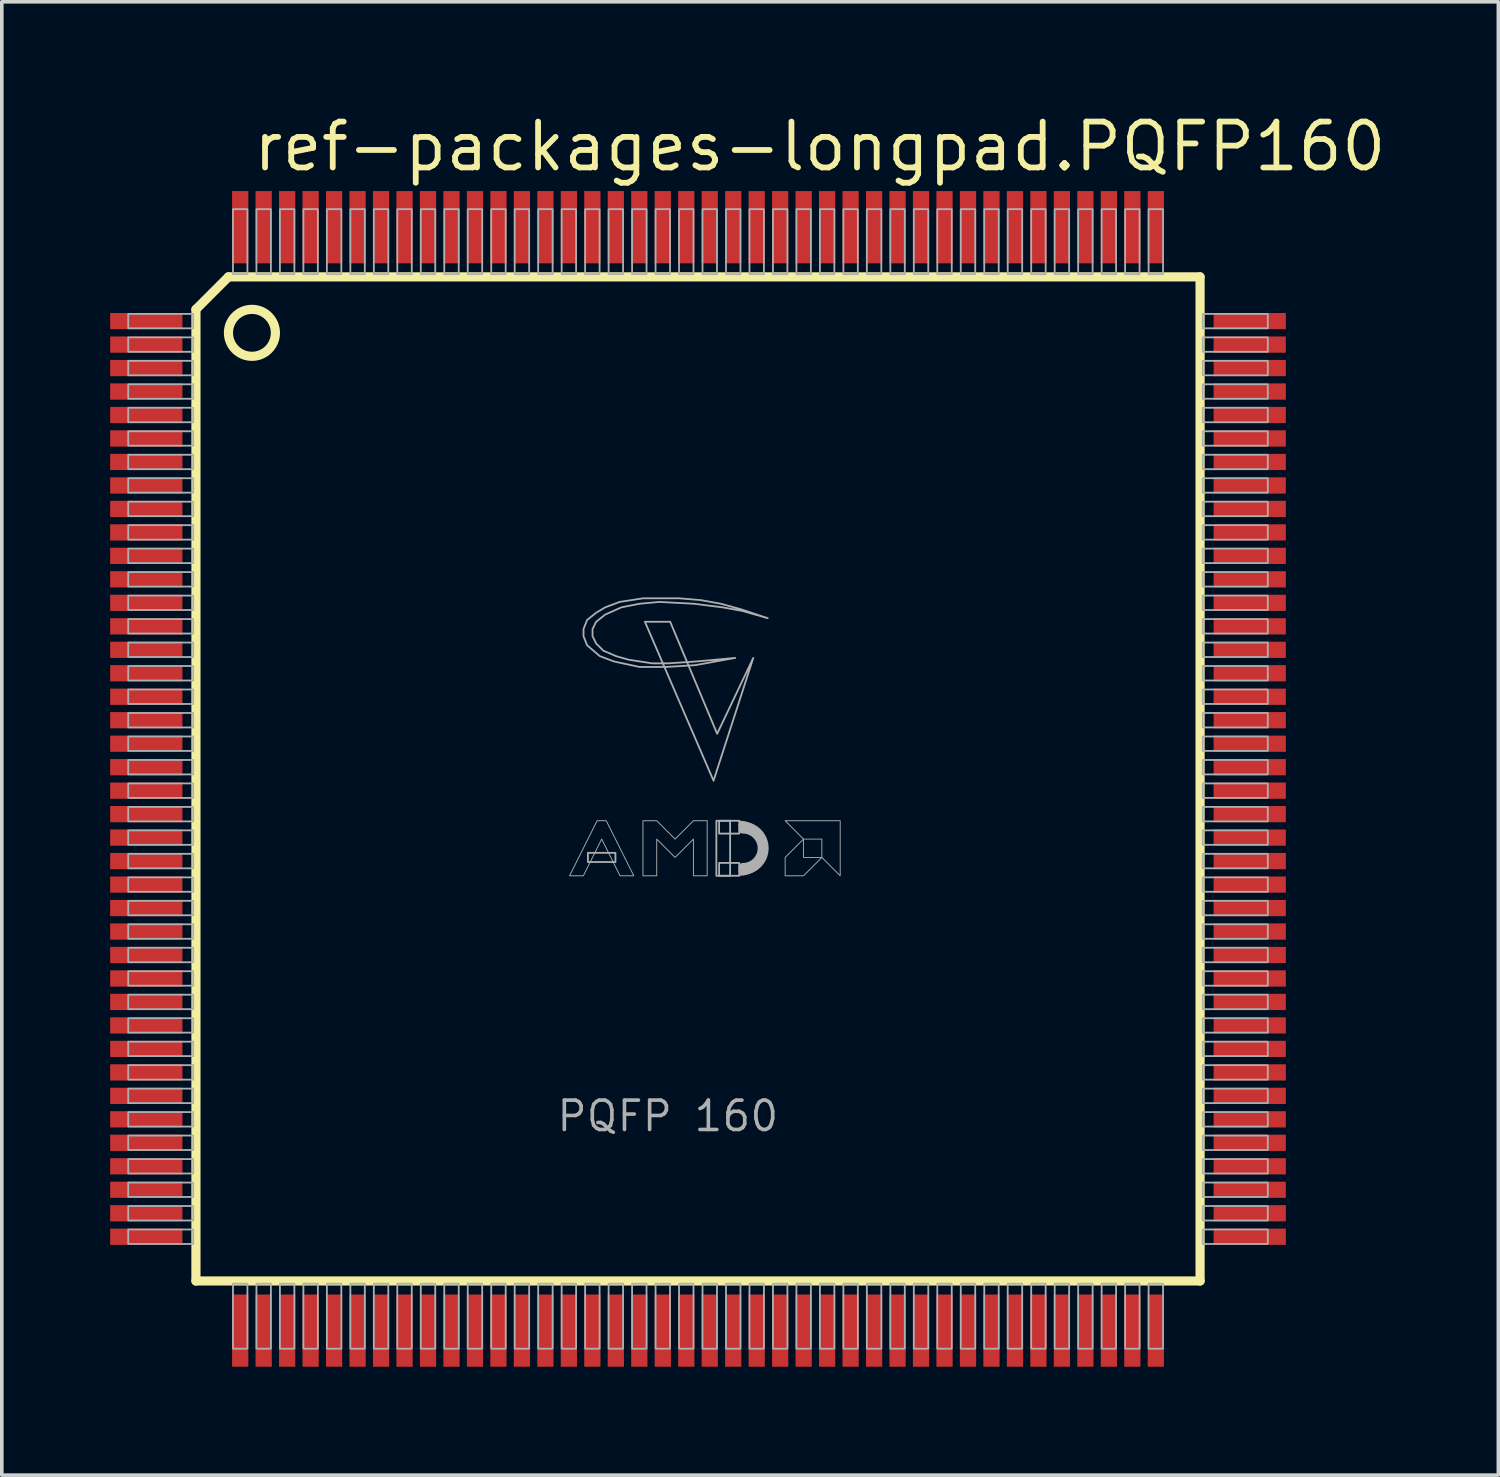
<source format=kicad_pcb>
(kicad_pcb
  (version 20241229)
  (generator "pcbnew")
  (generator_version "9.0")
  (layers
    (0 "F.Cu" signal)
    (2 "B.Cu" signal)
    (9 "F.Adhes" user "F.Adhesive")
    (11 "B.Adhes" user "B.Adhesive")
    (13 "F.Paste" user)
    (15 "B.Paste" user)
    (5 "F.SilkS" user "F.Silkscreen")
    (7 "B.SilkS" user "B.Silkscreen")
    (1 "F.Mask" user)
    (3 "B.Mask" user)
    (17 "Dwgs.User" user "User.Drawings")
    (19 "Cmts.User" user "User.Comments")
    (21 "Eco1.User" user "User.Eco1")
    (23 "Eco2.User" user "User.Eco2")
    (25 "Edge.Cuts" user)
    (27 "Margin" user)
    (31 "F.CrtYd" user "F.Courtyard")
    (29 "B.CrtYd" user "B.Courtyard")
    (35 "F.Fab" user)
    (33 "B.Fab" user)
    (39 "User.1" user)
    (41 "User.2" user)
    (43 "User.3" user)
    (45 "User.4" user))
  (footprint "ref-packages-longpad.PQFP160"
    (layer "F.Cu")
    (at 16.275 18.515)
    (property "Reference" "ref-packages-longpad.PQFP160" (at -12.395 -16.765 0) (layer "F.SilkS") (effects (font (size 1.27 1.27) (thickness 0.16)) (justify left bottom)))
    (attr smd)
    (fp_line (start -13.9 -13) (end -13 -13.9) (stroke (width 0.254) (type default)) (layer "F.SilkS"))
    (fp_line (start -13.9 13.9) (end -13.9 -13) (stroke (width 0.254) (type default)) (layer "F.SilkS"))
    (fp_line (start -13 -13.9) (end 13.9 -13.9) (stroke (width 0.254) (type default)) (layer "F.SilkS"))
    (fp_line (start 13.9 -13.9) (end 13.9 13.9) (stroke (width 0.254) (type default)) (layer "F.SilkS"))
    (fp_line (start 13.9 13.9) (end -13.9 13.9) (stroke (width 0.254) (type default)) (layer "F.SilkS"))
    (fp_circle (center -12.35 -12.35) (end -11.7 -12.35) (stroke (width 0.254) (type default)) (fill no) (layer "F.SilkS"))
    (fp_rect (start -15.775 -12.475) (end -13.975 -12.875) (stroke (width 0.05) (type default)) (fill no) (layer "F.Fab"))
    (fp_rect (start -15.775 -11.825) (end -13.975 -12.225) (stroke (width 0.05) (type default)) (fill no) (layer "F.Fab"))
    (fp_rect (start -15.775 -11.175) (end -13.975 -11.575) (stroke (width 0.05) (type default)) (fill no) (layer "F.Fab"))
    (fp_rect (start -15.775 -10.525) (end -13.975 -10.925) (stroke (width 0.05) (type default)) (fill no) (layer "F.Fab"))
    (fp_rect (start -15.775 -9.875) (end -13.975 -10.275) (stroke (width 0.05) (type default)) (fill no) (layer "F.Fab"))
    (fp_rect (start -15.775 -9.225) (end -13.975 -9.625) (stroke (width 0.05) (type default)) (fill no) (layer "F.Fab"))
    (fp_rect (start -15.775 -8.575) (end -13.975 -8.975) (stroke (width 0.05) (type default)) (fill no) (layer "F.Fab"))
    (fp_rect (start -15.775 -7.925) (end -13.975 -8.325) (stroke (width 0.05) (type default)) (fill no) (layer "F.Fab"))
    (fp_rect (start -15.775 -7.275) (end -13.975 -7.675) (stroke (width 0.05) (type default)) (fill no) (layer "F.Fab"))
    (fp_rect (start -15.775 -6.625) (end -13.975 -7.025) (stroke (width 0.05) (type default)) (fill no) (layer "F.Fab"))
    (fp_rect (start -15.775 -5.975) (end -13.975 -6.375) (stroke (width 0.05) (type default)) (fill no) (layer "F.Fab"))
    (fp_rect (start -15.775 -5.325) (end -13.975 -5.725) (stroke (width 0.05) (type default)) (fill no) (layer "F.Fab"))
    (fp_rect (start -15.775 -4.675) (end -13.975 -5.075) (stroke (width 0.05) (type default)) (fill no) (layer "F.Fab"))
    (fp_rect (start -15.775 -4.025) (end -13.975 -4.425) (stroke (width 0.05) (type default)) (fill no) (layer "F.Fab"))
    (fp_rect (start -15.775 -3.375) (end -13.975 -3.775) (stroke (width 0.05) (type default)) (fill no) (layer "F.Fab"))
    (fp_rect (start -15.775 -2.725) (end -13.975 -3.125) (stroke (width 0.05) (type default)) (fill no) (layer "F.Fab"))
    (fp_rect (start -15.775 -2.075) (end -13.975 -2.475) (stroke (width 0.05) (type default)) (fill no) (layer "F.Fab"))
    (fp_rect (start -15.775 -1.425) (end -13.975 -1.825) (stroke (width 0.05) (type default)) (fill no) (layer "F.Fab"))
    (fp_rect (start -15.775 -0.775) (end -13.975 -1.175) (stroke (width 0.05) (type default)) (fill no) (layer "F.Fab"))
    (fp_rect (start -15.775 -0.125) (end -13.975 -0.525) (stroke (width 0.05) (type default)) (fill no) (layer "F.Fab"))
    (fp_rect (start -15.775 0.525) (end -13.975 0.125) (stroke (width 0.05) (type default)) (fill no) (layer "F.Fab"))
    (fp_rect (start -15.775 1.175) (end -13.975 0.775) (stroke (width 0.05) (type default)) (fill no) (layer "F.Fab"))
    (fp_rect (start -15.775 1.825) (end -13.975 1.425) (stroke (width 0.05) (type default)) (fill no) (layer "F.Fab"))
    (fp_rect (start -15.775 2.475) (end -13.975 2.075) (stroke (width 0.05) (type default)) (fill no) (layer "F.Fab"))
    (fp_rect (start -15.775 3.125) (end -13.975 2.725) (stroke (width 0.05) (type default)) (fill no) (layer "F.Fab"))
    (fp_rect (start -15.775 3.775) (end -13.975 3.375) (stroke (width 0.05) (type default)) (fill no) (layer "F.Fab"))
    (fp_rect (start -15.775 4.425) (end -13.975 4.025) (stroke (width 0.05) (type default)) (fill no) (layer "F.Fab"))
    (fp_rect (start -15.775 5.075) (end -13.975 4.675) (stroke (width 0.05) (type default)) (fill no) (layer "F.Fab"))
    (fp_rect (start -15.775 5.725) (end -13.975 5.325) (stroke (width 0.05) (type default)) (fill no) (layer "F.Fab"))
    (fp_rect (start -15.775 6.375) (end -13.975 5.975) (stroke (width 0.05) (type default)) (fill no) (layer "F.Fab"))
    (fp_rect (start -15.775 7.025) (end -13.975 6.625) (stroke (width 0.05) (type default)) (fill no) (layer "F.Fab"))
    (fp_rect (start -15.775 7.675) (end -13.975 7.275) (stroke (width 0.05) (type default)) (fill no) (layer "F.Fab"))
    (fp_rect (start -15.775 8.325) (end -13.975 7.925) (stroke (width 0.05) (type default)) (fill no) (layer "F.Fab"))
    (fp_rect (start -15.775 8.975) (end -13.975 8.575) (stroke (width 0.05) (type default)) (fill no) (layer "F.Fab"))
    (fp_rect (start -15.775 9.625) (end -13.975 9.225) (stroke (width 0.05) (type default)) (fill no) (layer "F.Fab"))
    (fp_rect (start -15.775 10.275) (end -13.975 9.875) (stroke (width 0.05) (type default)) (fill no) (layer "F.Fab"))
    (fp_rect (start -15.775 10.925) (end -13.975 10.525) (stroke (width 0.05) (type default)) (fill no) (layer "F.Fab"))
    (fp_rect (start -15.775 11.575) (end -13.975 11.175) (stroke (width 0.05) (type default)) (fill no) (layer "F.Fab"))
    (fp_rect (start -15.775 12.225) (end -13.975 11.825) (stroke (width 0.05) (type default)) (fill no) (layer "F.Fab"))
    (fp_rect (start -15.775 12.875) (end -13.975 12.475) (stroke (width 0.05) (type default)) (fill no) (layer "F.Fab"))
    (fp_rect (start -12.875 -13.975) (end -12.475 -15.775) (stroke (width 0.05) (type default)) (fill no) (layer "F.Fab"))
    (fp_rect (start -12.875 15.775) (end -12.475 13.975) (stroke (width 0.05) (type default)) (fill no) (layer "F.Fab"))
    (fp_rect (start -12.225 -13.975) (end -11.825 -15.775) (stroke (width 0.05) (type default)) (fill no) (layer "F.Fab"))
    (fp_rect (start -12.225 15.775) (end -11.825 13.975) (stroke (width 0.05) (type default)) (fill no) (layer "F.Fab"))
    (fp_rect (start -11.575 -13.975) (end -11.175 -15.775) (stroke (width 0.05) (type default)) (fill no) (layer "F.Fab"))
    (fp_rect (start -11.575 15.775) (end -11.175 13.975) (stroke (width 0.05) (type default)) (fill no) (layer "F.Fab"))
    (fp_rect (start -10.925 -13.975) (end -10.525 -15.775) (stroke (width 0.05) (type default)) (fill no) (layer "F.Fab"))
    (fp_rect (start -10.925 15.775) (end -10.525 13.975) (stroke (width 0.05) (type default)) (fill no) (layer "F.Fab"))
    (fp_rect (start -10.275 -13.975) (end -9.875 -15.775) (stroke (width 0.05) (type default)) (fill no) (layer "F.Fab"))
    (fp_rect (start -10.275 15.775) (end -9.875 13.975) (stroke (width 0.05) (type default)) (fill no) (layer "F.Fab"))
    (fp_rect (start -9.625 -13.975) (end -9.225 -15.775) (stroke (width 0.05) (type default)) (fill no) (layer "F.Fab"))
    (fp_rect (start -9.625 15.775) (end -9.225 13.975) (stroke (width 0.05) (type default)) (fill no) (layer "F.Fab"))
    (fp_rect (start -8.975 -13.975) (end -8.575 -15.775) (stroke (width 0.05) (type default)) (fill no) (layer "F.Fab"))
    (fp_rect (start -8.975 15.775) (end -8.575 13.975) (stroke (width 0.05) (type default)) (fill no) (layer "F.Fab"))
    (fp_rect (start -8.325 -13.975) (end -7.925 -15.775) (stroke (width 0.05) (type default)) (fill no) (layer "F.Fab"))
    (fp_rect (start -8.325 15.775) (end -7.925 13.975) (stroke (width 0.05) (type default)) (fill no) (layer "F.Fab"))
    (fp_rect (start -7.675 -13.975) (end -7.275 -15.775) (stroke (width 0.05) (type default)) (fill no) (layer "F.Fab"))
    (fp_rect (start -7.675 15.775) (end -7.275 13.975) (stroke (width 0.05) (type default)) (fill no) (layer "F.Fab"))
    (fp_rect (start -7.025 -13.975) (end -6.625 -15.775) (stroke (width 0.05) (type default)) (fill no) (layer "F.Fab"))
    (fp_rect (start -7.025 15.775) (end -6.625 13.975) (stroke (width 0.05) (type default)) (fill no) (layer "F.Fab"))
    (fp_rect (start -6.375 -13.975) (end -5.975 -15.775) (stroke (width 0.05) (type default)) (fill no) (layer "F.Fab"))
    (fp_rect (start -6.375 15.775) (end -5.975 13.975) (stroke (width 0.05) (type default)) (fill no) (layer "F.Fab"))
    (fp_rect (start -5.725 -13.975) (end -5.325 -15.775) (stroke (width 0.05) (type default)) (fill no) (layer "F.Fab"))
    (fp_rect (start -5.725 15.775) (end -5.325 13.975) (stroke (width 0.05) (type default)) (fill no) (layer "F.Fab"))
    (fp_rect (start -5.075 -13.975) (end -4.675 -15.775) (stroke (width 0.05) (type default)) (fill no) (layer "F.Fab"))
    (fp_rect (start -5.075 15.775) (end -4.675 13.975) (stroke (width 0.05) (type default)) (fill no) (layer "F.Fab"))
    (fp_rect (start -4.425 -13.975) (end -4.025 -15.775) (stroke (width 0.05) (type default)) (fill no) (layer "F.Fab"))
    (fp_rect (start -4.425 15.775) (end -4.025 13.975) (stroke (width 0.05) (type default)) (fill no) (layer "F.Fab"))
    (fp_rect (start -3.775 -13.975) (end -3.375 -15.775) (stroke (width 0.05) (type default)) (fill no) (layer "F.Fab"))
    (fp_rect (start -3.775 15.775) (end -3.375 13.975) (stroke (width 0.05) (type default)) (fill no) (layer "F.Fab"))
    (fp_rect (start -3.125 -13.975) (end -2.725 -15.775) (stroke (width 0.05) (type default)) (fill no) (layer "F.Fab"))
    (fp_rect (start -3.125 15.775) (end -2.725 13.975) (stroke (width 0.05) (type default)) (fill no) (layer "F.Fab"))
    (fp_rect (start -3.048 2.301) (end -2.286 2.047) (stroke (width 0.05) (type default)) (fill no) (layer "F.Fab"))
    (fp_rect (start -2.475 -13.975) (end -2.075 -15.775) (stroke (width 0.05) (type default)) (fill no) (layer "F.Fab"))
    (fp_rect (start -2.475 15.775) (end -2.075 13.975) (stroke (width 0.05) (type default)) (fill no) (layer "F.Fab"))
    (fp_rect (start -1.825 -13.975) (end -1.425 -15.775) (stroke (width 0.05) (type default)) (fill no) (layer "F.Fab"))
    (fp_rect (start -1.825 15.775) (end -1.425 13.975) (stroke (width 0.05) (type default)) (fill no) (layer "F.Fab"))
    (fp_rect (start -1.175 -13.975) (end -0.775 -15.775) (stroke (width 0.05) (type default)) (fill no) (layer "F.Fab"))
    (fp_rect (start -1.175 15.775) (end -0.775 13.975) (stroke (width 0.05) (type default)) (fill no) (layer "F.Fab"))
    (fp_rect (start -0.525 -13.975) (end -0.125 -15.775) (stroke (width 0.05) (type default)) (fill no) (layer "F.Fab"))
    (fp_rect (start -0.525 15.775) (end -0.125 13.975) (stroke (width 0.05) (type default)) (fill no) (layer "F.Fab"))
    (fp_rect (start 0.125 -13.975) (end 0.525 -15.775) (stroke (width 0.05) (type default)) (fill no) (layer "F.Fab"))
    (fp_rect (start 0.125 15.775) (end 0.525 13.975) (stroke (width 0.05) (type default)) (fill no) (layer "F.Fab"))
    (fp_rect (start 0.508 2.682) (end 0.889 1.158) (stroke (width 0.05) (type default)) (fill no) (layer "F.Fab"))
    (fp_rect (start 0.584 1.514) (end 1.143 1.158) (stroke (width 0.05) (type default)) (fill no) (layer "F.Fab"))
    (fp_rect (start 0.584 2.682) (end 1.143 2.326) (stroke (width 0.05) (type default)) (fill no) (layer "F.Fab"))
    (fp_rect (start 0.775 -13.975) (end 1.175 -15.775) (stroke (width 0.05) (type default)) (fill no) (layer "F.Fab"))
    (fp_rect (start 0.775 15.775) (end 1.175 13.975) (stroke (width 0.05) (type default)) (fill no) (layer "F.Fab"))
    (fp_rect (start 1.425 -13.975) (end 1.825 -15.775) (stroke (width 0.05) (type default)) (fill no) (layer "F.Fab"))
    (fp_rect (start 1.425 15.775) (end 1.825 13.975) (stroke (width 0.05) (type default)) (fill no) (layer "F.Fab"))
    (fp_rect (start 2.075 -13.975) (end 2.475 -15.775) (stroke (width 0.05) (type default)) (fill no) (layer "F.Fab"))
    (fp_rect (start 2.075 15.775) (end 2.475 13.975) (stroke (width 0.05) (type default)) (fill no) (layer "F.Fab"))
    (fp_rect (start 2.725 -13.975) (end 3.125 -15.775) (stroke (width 0.05) (type default)) (fill no) (layer "F.Fab"))
    (fp_rect (start 2.725 15.775) (end 3.125 13.975) (stroke (width 0.05) (type default)) (fill no) (layer "F.Fab"))
    (fp_rect (start 3.375 -13.975) (end 3.775 -15.775) (stroke (width 0.05) (type default)) (fill no) (layer "F.Fab"))
    (fp_rect (start 3.375 15.775) (end 3.775 13.975) (stroke (width 0.05) (type default)) (fill no) (layer "F.Fab"))
    (fp_rect (start 4.025 -13.975) (end 4.425 -15.775) (stroke (width 0.05) (type default)) (fill no) (layer "F.Fab"))
    (fp_rect (start 4.025 15.775) (end 4.425 13.975) (stroke (width 0.05) (type default)) (fill no) (layer "F.Fab"))
    (fp_rect (start 4.675 -13.975) (end 5.075 -15.775) (stroke (width 0.05) (type default)) (fill no) (layer "F.Fab"))
    (fp_rect (start 4.675 15.775) (end 5.075 13.975) (stroke (width 0.05) (type default)) (fill no) (layer "F.Fab"))
    (fp_rect (start 5.325 -13.975) (end 5.725 -15.775) (stroke (width 0.05) (type default)) (fill no) (layer "F.Fab"))
    (fp_rect (start 5.325 15.775) (end 5.725 13.975) (stroke (width 0.05) (type default)) (fill no) (layer "F.Fab"))
    (fp_rect (start 5.975 -13.975) (end 6.375 -15.775) (stroke (width 0.05) (type default)) (fill no) (layer "F.Fab"))
    (fp_rect (start 5.975 15.775) (end 6.375 13.975) (stroke (width 0.05) (type default)) (fill no) (layer "F.Fab"))
    (fp_rect (start 6.625 -13.975) (end 7.025 -15.775) (stroke (width 0.05) (type default)) (fill no) (layer "F.Fab"))
    (fp_rect (start 6.625 15.775) (end 7.025 13.975) (stroke (width 0.05) (type default)) (fill no) (layer "F.Fab"))
    (fp_rect (start 7.275 -13.975) (end 7.675 -15.775) (stroke (width 0.05) (type default)) (fill no) (layer "F.Fab"))
    (fp_rect (start 7.275 15.775) (end 7.675 13.975) (stroke (width 0.05) (type default)) (fill no) (layer "F.Fab"))
    (fp_rect (start 7.925 -13.975) (end 8.325 -15.775) (stroke (width 0.05) (type default)) (fill no) (layer "F.Fab"))
    (fp_rect (start 7.925 15.775) (end 8.325 13.975) (stroke (width 0.05) (type default)) (fill no) (layer "F.Fab"))
    (fp_rect (start 8.575 -13.975) (end 8.975 -15.775) (stroke (width 0.05) (type default)) (fill no) (layer "F.Fab"))
    (fp_rect (start 8.575 15.775) (end 8.975 13.975) (stroke (width 0.05) (type default)) (fill no) (layer "F.Fab"))
    (fp_rect (start 9.225 -13.975) (end 9.625 -15.775) (stroke (width 0.05) (type default)) (fill no) (layer "F.Fab"))
    (fp_rect (start 9.225 15.775) (end 9.625 13.975) (stroke (width 0.05) (type default)) (fill no) (layer "F.Fab"))
    (fp_rect (start 9.875 -13.975) (end 10.275 -15.775) (stroke (width 0.05) (type default)) (fill no) (layer "F.Fab"))
    (fp_rect (start 9.875 15.775) (end 10.275 13.975) (stroke (width 0.05) (type default)) (fill no) (layer "F.Fab"))
    (fp_rect (start 10.525 -13.975) (end 10.925 -15.775) (stroke (width 0.05) (type default)) (fill no) (layer "F.Fab"))
    (fp_rect (start 10.525 15.775) (end 10.925 13.975) (stroke (width 0.05) (type default)) (fill no) (layer "F.Fab"))
    (fp_rect (start 11.175 -13.975) (end 11.575 -15.775) (stroke (width 0.05) (type default)) (fill no) (layer "F.Fab"))
    (fp_rect (start 11.175 15.775) (end 11.575 13.975) (stroke (width 0.05) (type default)) (fill no) (layer "F.Fab"))
    (fp_rect (start 11.825 -13.975) (end 12.225 -15.775) (stroke (width 0.05) (type default)) (fill no) (layer "F.Fab"))
    (fp_rect (start 11.825 15.775) (end 12.225 13.975) (stroke (width 0.05) (type default)) (fill no) (layer "F.Fab"))
    (fp_rect (start 12.475 -13.975) (end 12.875 -15.775) (stroke (width 0.05) (type default)) (fill no) (layer "F.Fab"))
    (fp_rect (start 12.475 15.775) (end 12.875 13.975) (stroke (width 0.05) (type default)) (fill no) (layer "F.Fab"))
    (fp_rect (start 13.975 -12.475) (end 15.775 -12.875) (stroke (width 0.05) (type default)) (fill no) (layer "F.Fab"))
    (fp_rect (start 13.975 -11.825) (end 15.775 -12.225) (stroke (width 0.05) (type default)) (fill no) (layer "F.Fab"))
    (fp_rect (start 13.975 -11.175) (end 15.775 -11.575) (stroke (width 0.05) (type default)) (fill no) (layer "F.Fab"))
    (fp_rect (start 13.975 -10.525) (end 15.775 -10.925) (stroke (width 0.05) (type default)) (fill no) (layer "F.Fab"))
    (fp_rect (start 13.975 -9.875) (end 15.775 -10.275) (stroke (width 0.05) (type default)) (fill no) (layer "F.Fab"))
    (fp_rect (start 13.975 -9.225) (end 15.775 -9.625) (stroke (width 0.05) (type default)) (fill no) (layer "F.Fab"))
    (fp_rect (start 13.975 -8.575) (end 15.775 -8.975) (stroke (width 0.05) (type default)) (fill no) (layer "F.Fab"))
    (fp_rect (start 13.975 -7.925) (end 15.775 -8.325) (stroke (width 0.05) (type default)) (fill no) (layer "F.Fab"))
    (fp_rect (start 13.975 -7.275) (end 15.775 -7.675) (stroke (width 0.05) (type default)) (fill no) (layer "F.Fab"))
    (fp_rect (start 13.975 -6.625) (end 15.775 -7.025) (stroke (width 0.05) (type default)) (fill no) (layer "F.Fab"))
    (fp_rect (start 13.975 -5.975) (end 15.775 -6.375) (stroke (width 0.05) (type default)) (fill no) (layer "F.Fab"))
    (fp_rect (start 13.975 -5.325) (end 15.775 -5.725) (stroke (width 0.05) (type default)) (fill no) (layer "F.Fab"))
    (fp_rect (start 13.975 -4.675) (end 15.775 -5.075) (stroke (width 0.05) (type default)) (fill no) (layer "F.Fab"))
    (fp_rect (start 13.975 -4.025) (end 15.775 -4.425) (stroke (width 0.05) (type default)) (fill no) (layer "F.Fab"))
    (fp_rect (start 13.975 -3.375) (end 15.775 -3.775) (stroke (width 0.05) (type default)) (fill no) (layer "F.Fab"))
    (fp_rect (start 13.975 -2.725) (end 15.775 -3.125) (stroke (width 0.05) (type default)) (fill no) (layer "F.Fab"))
    (fp_rect (start 13.975 -2.075) (end 15.775 -2.475) (stroke (width 0.05) (type default)) (fill no) (layer "F.Fab"))
    (fp_rect (start 13.975 -1.425) (end 15.775 -1.825) (stroke (width 0.05) (type default)) (fill no) (layer "F.Fab"))
    (fp_rect (start 13.975 -0.775) (end 15.775 -1.175) (stroke (width 0.05) (type default)) (fill no) (layer "F.Fab"))
    (fp_rect (start 13.975 -0.125) (end 15.775 -0.525) (stroke (width 0.05) (type default)) (fill no) (layer "F.Fab"))
    (fp_rect (start 13.975 0.525) (end 15.775 0.125) (stroke (width 0.05) (type default)) (fill no) (layer "F.Fab"))
    (fp_rect (start 13.975 1.175) (end 15.775 0.775) (stroke (width 0.05) (type default)) (fill no) (layer "F.Fab"))
    (fp_rect (start 13.975 1.825) (end 15.775 1.425) (stroke (width 0.05) (type default)) (fill no) (layer "F.Fab"))
    (fp_rect (start 13.975 2.475) (end 15.775 2.075) (stroke (width 0.05) (type default)) (fill no) (layer "F.Fab"))
    (fp_rect (start 13.975 3.125) (end 15.775 2.725) (stroke (width 0.05) (type default)) (fill no) (layer "F.Fab"))
    (fp_rect (start 13.975 3.775) (end 15.775 3.375) (stroke (width 0.05) (type default)) (fill no) (layer "F.Fab"))
    (fp_rect (start 13.975 4.425) (end 15.775 4.025) (stroke (width 0.05) (type default)) (fill no) (layer "F.Fab"))
    (fp_rect (start 13.975 5.075) (end 15.775 4.675) (stroke (width 0.05) (type default)) (fill no) (layer "F.Fab"))
    (fp_rect (start 13.975 5.725) (end 15.775 5.325) (stroke (width 0.05) (type default)) (fill no) (layer "F.Fab"))
    (fp_rect (start 13.975 6.375) (end 15.775 5.975) (stroke (width 0.05) (type default)) (fill no) (layer "F.Fab"))
    (fp_rect (start 13.975 7.025) (end 15.775 6.625) (stroke (width 0.05) (type default)) (fill no) (layer "F.Fab"))
    (fp_rect (start 13.975 7.675) (end 15.775 7.275) (stroke (width 0.05) (type default)) (fill no) (layer "F.Fab"))
    (fp_rect (start 13.975 8.325) (end 15.775 7.925) (stroke (width 0.05) (type default)) (fill no) (layer "F.Fab"))
    (fp_rect (start 13.975 8.975) (end 15.775 8.575) (stroke (width 0.05) (type default)) (fill no) (layer "F.Fab"))
    (fp_rect (start 13.975 9.625) (end 15.775 9.225) (stroke (width 0.05) (type default)) (fill no) (layer "F.Fab"))
    (fp_rect (start 13.975 10.275) (end 15.775 9.875) (stroke (width 0.05) (type default)) (fill no) (layer "F.Fab"))
    (fp_rect (start 13.975 10.925) (end 15.775 10.525) (stroke (width 0.05) (type default)) (fill no) (layer "F.Fab"))
    (fp_rect (start 13.975 11.575) (end 15.775 11.175) (stroke (width 0.05) (type default)) (fill no) (layer "F.Fab"))
    (fp_rect (start 13.975 12.225) (end 15.775 11.825) (stroke (width 0.05) (type default)) (fill no) (layer "F.Fab"))
    (fp_rect (start 13.975 12.875) (end 15.775 12.475) (stroke (width 0.05) (type default)) (fill no) (layer "F.Fab"))
    (fp_arc (start 1.143 1.1834) (mid 1.8796 1.92) (end 1.143 2.6566) (stroke (width 0.0508) (type default)) (layer "F.Fab"))
    (fp_arc (start 1.2192 1.285) (mid 1.8542 1.92) (end 1.2192 2.555) (stroke (width 0.2032) (type default)) (layer "F.Fab"))
    (fp_arc (start 1.2446 1.3866) (mid 1.778 1.92) (end 1.2446 2.4534) (stroke (width 0.254) (type default)) (layer "F.Fab"))
    (fp_poly (pts (xy -1.47 -4.35) (xy -0.77 -4.35) (xy 0.53 -1.25) (xy 1.53 -3.35) (xy 0.43 0.05)) (stroke (width 0.05) (type default)) (fill no) (layer "F.Fab"))
    (fp_poly (pts (xy 2.413 1.158) (xy 3.937 1.158) (xy 3.937 2.682) (xy 3.429 2.174) (xy 3.429 1.666) (xy 2.921 1.666)) (stroke (width 0.025) (type default)) (fill no) (layer "F.Fab"))
    (fp_poly (pts (xy 2.921 1.666) (xy 2.413 2.174) (xy 2.413 2.682) (xy 2.921 2.682) (xy 3.429 2.174) (xy 2.921 2.174)) (stroke (width 0.025) (type default)) (fill no) (layer "F.Fab"))
    (fp_poly (pts (xy -3.556 2.682) (xy -2.794 1.158) (xy -2.54 1.158) (xy -1.778 2.682) (xy -2.159 2.682) (xy -2.667 1.666) (xy -3.175 2.682)) (stroke (width 0.025) (type default)) (fill no) (layer "F.Fab"))
    (fp_poly (pts (xy -1.524 2.682) (xy -1.524 1.158) (xy -1.143 1.158) (xy -0.635 1.666) (xy -0.127 1.158) (xy 0.254 1.158) (xy 0.254 2.682) (xy -0.127 2.682) (xy -0.127 1.666) (xy -0.635 2.174) (xy -1.143 1.666) (xy -1.143 2.682)) (stroke (width 0.025) (type default)) (fill no) (layer "F.Fab"))
    (fp_poly (pts (xy 1.93 -4.45) (xy 1.18 -4.7) (xy 0.63 -4.85) (xy 0.08 -4.95) (xy -0.52 -5) (xy -1.52 -5) (xy -2.17 -4.9) (xy -2.57 -4.75) (xy -2.82 -4.6) (xy -3.07 -4.4) (xy -3.17 -4.15) (xy -3.17 -3.95) (xy -3.07 -3.7) (xy -2.72 -3.4) (xy -2.32 -3.25) (xy -1.62 -3.1) (xy -0.87 -3.1) (xy -0.07 -3.15) (xy 1.03 -3.35) (xy -0.07 -3.25) (xy -0.82 -3.2) (xy -1.27 -3.2) (xy -1.92 -3.3) (xy -2.27 -3.4) (xy -2.62 -3.55) (xy -2.82 -3.75) (xy -2.92 -3.95) (xy -2.92 -4.15) (xy -2.82 -4.35) (xy -2.57 -4.55) (xy -2.12 -4.75) (xy -1.62 -4.85) (xy -1.07 -4.9) (xy -0.12 -4.85) (xy 0.68 -4.75) (xy 1.23 -4.65)) (stroke (width 0.05) (type default)) (fill no) (layer "F.Fab"))
    (fp_text user "PQFP 160" (at -3.96 9.81 0) (layer "F.Fab") (effects (font (size 0.813 0.813) (thickness 0.1)) (justify left bottom)))
    (pad "1" smd roundrect (at -15.275 -12.675) (size 2 0.45) (layers "F.Cu" "F.Mask" "F.Paste") (roundrect_rratio 0.01))
    (pad "2" smd roundrect (at -15.275 -12.025) (size 2 0.45) (layers "F.Cu" "F.Mask" "F.Paste") (roundrect_rratio 0.01))
    (pad "3" smd roundrect (at -15.275 -11.375) (size 2 0.45) (layers "F.Cu" "F.Mask" "F.Paste") (roundrect_rratio 0.01))
    (pad "4" smd roundrect (at -15.275 -10.725) (size 2 0.45) (layers "F.Cu" "F.Mask" "F.Paste") (roundrect_rratio 0.01))
    (pad "5" smd roundrect (at -15.275 -10.075) (size 2 0.45) (layers "F.Cu" "F.Mask" "F.Paste") (roundrect_rratio 0.01))
    (pad "6" smd roundrect (at -15.275 -9.425) (size 2 0.45) (layers "F.Cu" "F.Mask" "F.Paste") (roundrect_rratio 0.01))
    (pad "7" smd roundrect (at -15.275 -8.775) (size 2 0.45) (layers "F.Cu" "F.Mask" "F.Paste") (roundrect_rratio 0.01))
    (pad "8" smd roundrect (at -15.275 -8.125) (size 2 0.45) (layers "F.Cu" "F.Mask" "F.Paste") (roundrect_rratio 0.01))
    (pad "9" smd roundrect (at -15.275 -7.475) (size 2 0.45) (layers "F.Cu" "F.Mask" "F.Paste") (roundrect_rratio 0.01))
    (pad "10" smd roundrect (at -15.275 -6.825) (size 2 0.45) (layers "F.Cu" "F.Mask" "F.Paste") (roundrect_rratio 0.01))
    (pad "11" smd roundrect (at -15.275 -6.175) (size 2 0.45) (layers "F.Cu" "F.Mask" "F.Paste") (roundrect_rratio 0.01))
    (pad "12" smd roundrect (at -15.275 -5.525) (size 2 0.45) (layers "F.Cu" "F.Mask" "F.Paste") (roundrect_rratio 0.01))
    (pad "13" smd roundrect (at -15.275 -4.875) (size 2 0.45) (layers "F.Cu" "F.Mask" "F.Paste") (roundrect_rratio 0.01))
    (pad "14" smd roundrect (at -15.275 -4.225) (size 2 0.45) (layers "F.Cu" "F.Mask" "F.Paste") (roundrect_rratio 0.01))
    (pad "15" smd roundrect (at -15.275 -3.575) (size 2 0.45) (layers "F.Cu" "F.Mask" "F.Paste") (roundrect_rratio 0.01))
    (pad "16" smd roundrect (at -15.275 -2.925) (size 2 0.45) (layers "F.Cu" "F.Mask" "F.Paste") (roundrect_rratio 0.01))
    (pad "17" smd roundrect (at -15.275 -2.275) (size 2 0.45) (layers "F.Cu" "F.Mask" "F.Paste") (roundrect_rratio 0.01))
    (pad "18" smd roundrect (at -15.275 -1.625) (size 2 0.45) (layers "F.Cu" "F.Mask" "F.Paste") (roundrect_rratio 0.01))
    (pad "19" smd roundrect (at -15.275 -0.975) (size 2 0.45) (layers "F.Cu" "F.Mask" "F.Paste") (roundrect_rratio 0.01))
    (pad "20" smd roundrect (at -15.275 -0.325) (size 2 0.45) (layers "F.Cu" "F.Mask" "F.Paste") (roundrect_rratio 0.01))
    (pad "21" smd roundrect (at -15.275 0.325) (size 2 0.45) (layers "F.Cu" "F.Mask" "F.Paste") (roundrect_rratio 0.01))
    (pad "22" smd roundrect (at -15.275 0.975) (size 2 0.45) (layers "F.Cu" "F.Mask" "F.Paste") (roundrect_rratio 0.01))
    (pad "23" smd roundrect (at -15.275 1.625) (size 2 0.45) (layers "F.Cu" "F.Mask" "F.Paste") (roundrect_rratio 0.01))
    (pad "24" smd roundrect (at -15.275 2.275) (size 2 0.45) (layers "F.Cu" "F.Mask" "F.Paste") (roundrect_rratio 0.01))
    (pad "25" smd roundrect (at -15.275 2.925) (size 2 0.45) (layers "F.Cu" "F.Mask" "F.Paste") (roundrect_rratio 0.01))
    (pad "26" smd roundrect (at -15.275 3.575) (size 2 0.45) (layers "F.Cu" "F.Mask" "F.Paste") (roundrect_rratio 0.01))
    (pad "27" smd roundrect (at -15.275 4.225) (size 2 0.45) (layers "F.Cu" "F.Mask" "F.Paste") (roundrect_rratio 0.01))
    (pad "28" smd roundrect (at -15.275 4.875) (size 2 0.45) (layers "F.Cu" "F.Mask" "F.Paste") (roundrect_rratio 0.01))
    (pad "29" smd roundrect (at -15.275 5.525) (size 2 0.45) (layers "F.Cu" "F.Mask" "F.Paste") (roundrect_rratio 0.01))
    (pad "30" smd roundrect (at -15.275 6.175) (size 2 0.45) (layers "F.Cu" "F.Mask" "F.Paste") (roundrect_rratio 0.01))
    (pad "31" smd roundrect (at -15.275 6.825) (size 2 0.45) (layers "F.Cu" "F.Mask" "F.Paste") (roundrect_rratio 0.01))
    (pad "32" smd roundrect (at -15.275 7.475) (size 2 0.45) (layers "F.Cu" "F.Mask" "F.Paste") (roundrect_rratio 0.01))
    (pad "33" smd roundrect (at -15.275 8.125) (size 2 0.45) (layers "F.Cu" "F.Mask" "F.Paste") (roundrect_rratio 0.01))
    (pad "34" smd roundrect (at -15.275 8.775) (size 2 0.45) (layers "F.Cu" "F.Mask" "F.Paste") (roundrect_rratio 0.01))
    (pad "35" smd roundrect (at -15.275 9.425) (size 2 0.45) (layers "F.Cu" "F.Mask" "F.Paste") (roundrect_rratio 0.01))
    (pad "36" smd roundrect (at -15.275 10.075) (size 2 0.45) (layers "F.Cu" "F.Mask" "F.Paste") (roundrect_rratio 0.01))
    (pad "37" smd roundrect (at -15.275 10.725) (size 2 0.45) (layers "F.Cu" "F.Mask" "F.Paste") (roundrect_rratio 0.01))
    (pad "38" smd roundrect (at -15.275 11.375) (size 2 0.45) (layers "F.Cu" "F.Mask" "F.Paste") (roundrect_rratio 0.01))
    (pad "39" smd roundrect (at -15.275 12.025) (size 2 0.45) (layers "F.Cu" "F.Mask" "F.Paste") (roundrect_rratio 0.01))
    (pad "40" smd roundrect (at -15.275 12.675) (size 2 0.45) (layers "F.Cu" "F.Mask" "F.Paste") (roundrect_rratio 0.01))
    (pad "41" smd roundrect (at -12.675 15.275) (size 0.45 2) (layers "F.Cu" "F.Mask" "F.Paste") (roundrect_rratio 0.01))
    (pad "42" smd roundrect (at -12.025 15.275) (size 0.45 2) (layers "F.Cu" "F.Mask" "F.Paste") (roundrect_rratio 0.01))
    (pad "43" smd roundrect (at -11.375 15.275) (size 0.45 2) (layers "F.Cu" "F.Mask" "F.Paste") (roundrect_rratio 0.01))
    (pad "44" smd roundrect (at -10.725 15.275) (size 0.45 2) (layers "F.Cu" "F.Mask" "F.Paste") (roundrect_rratio 0.01))
    (pad "45" smd roundrect (at -10.075 15.275) (size 0.45 2) (layers "F.Cu" "F.Mask" "F.Paste") (roundrect_rratio 0.01))
    (pad "46" smd roundrect (at -9.425 15.275) (size 0.45 2) (layers "F.Cu" "F.Mask" "F.Paste") (roundrect_rratio 0.01))
    (pad "47" smd roundrect (at -8.775 15.275) (size 0.45 2) (layers "F.Cu" "F.Mask" "F.Paste") (roundrect_rratio 0.01))
    (pad "48" smd roundrect (at -8.125 15.275) (size 0.45 2) (layers "F.Cu" "F.Mask" "F.Paste") (roundrect_rratio 0.01))
    (pad "49" smd roundrect (at -7.475 15.275) (size 0.45 2) (layers "F.Cu" "F.Mask" "F.Paste") (roundrect_rratio 0.01))
    (pad "50" smd roundrect (at -6.825 15.275) (size 0.45 2) (layers "F.Cu" "F.Mask" "F.Paste") (roundrect_rratio 0.01))
    (pad "51" smd roundrect (at -6.175 15.275) (size 0.45 2) (layers "F.Cu" "F.Mask" "F.Paste") (roundrect_rratio 0.01))
    (pad "52" smd roundrect (at -5.525 15.275) (size 0.45 2) (layers "F.Cu" "F.Mask" "F.Paste") (roundrect_rratio 0.01))
    (pad "53" smd roundrect (at -4.875 15.275) (size 0.45 2) (layers "F.Cu" "F.Mask" "F.Paste") (roundrect_rratio 0.01))
    (pad "54" smd roundrect (at -4.225 15.275) (size 0.45 2) (layers "F.Cu" "F.Mask" "F.Paste") (roundrect_rratio 0.01))
    (pad "55" smd roundrect (at -3.575 15.275) (size 0.45 2) (layers "F.Cu" "F.Mask" "F.Paste") (roundrect_rratio 0.01))
    (pad "56" smd roundrect (at -2.925 15.275) (size 0.45 2) (layers "F.Cu" "F.Mask" "F.Paste") (roundrect_rratio 0.01))
    (pad "57" smd roundrect (at -2.275 15.275) (size 0.45 2) (layers "F.Cu" "F.Mask" "F.Paste") (roundrect_rratio 0.01))
    (pad "58" smd roundrect (at -1.625 15.275) (size 0.45 2) (layers "F.Cu" "F.Mask" "F.Paste") (roundrect_rratio 0.01))
    (pad "59" smd roundrect (at -0.975 15.275) (size 0.45 2) (layers "F.Cu" "F.Mask" "F.Paste") (roundrect_rratio 0.01))
    (pad "60" smd roundrect (at -0.325 15.275) (size 0.45 2) (layers "F.Cu" "F.Mask" "F.Paste") (roundrect_rratio 0.01))
    (pad "61" smd roundrect (at 0.325 15.275) (size 0.45 2) (layers "F.Cu" "F.Mask" "F.Paste") (roundrect_rratio 0.01))
    (pad "62" smd roundrect (at 0.975 15.275) (size 0.45 2) (layers "F.Cu" "F.Mask" "F.Paste") (roundrect_rratio 0.01))
    (pad "63" smd roundrect (at 1.625 15.275) (size 0.45 2) (layers "F.Cu" "F.Mask" "F.Paste") (roundrect_rratio 0.01))
    (pad "64" smd roundrect (at 2.275 15.275) (size 0.45 2) (layers "F.Cu" "F.Mask" "F.Paste") (roundrect_rratio 0.01))
    (pad "65" smd roundrect (at 2.925 15.275) (size 0.45 2) (layers "F.Cu" "F.Mask" "F.Paste") (roundrect_rratio 0.01))
    (pad "66" smd roundrect (at 3.575 15.275) (size 0.45 2) (layers "F.Cu" "F.Mask" "F.Paste") (roundrect_rratio 0.01))
    (pad "67" smd roundrect (at 4.225 15.275) (size 0.45 2) (layers "F.Cu" "F.Mask" "F.Paste") (roundrect_rratio 0.01))
    (pad "68" smd roundrect (at 4.875 15.275) (size 0.45 2) (layers "F.Cu" "F.Mask" "F.Paste") (roundrect_rratio 0.01))
    (pad "69" smd roundrect (at 5.525 15.275) (size 0.45 2) (layers "F.Cu" "F.Mask" "F.Paste") (roundrect_rratio 0.01))
    (pad "70" smd roundrect (at 6.175 15.275) (size 0.45 2) (layers "F.Cu" "F.Mask" "F.Paste") (roundrect_rratio 0.01))
    (pad "71" smd roundrect (at 6.825 15.275) (size 0.45 2) (layers "F.Cu" "F.Mask" "F.Paste") (roundrect_rratio 0.01))
    (pad "72" smd roundrect (at 7.475 15.275) (size 0.45 2) (layers "F.Cu" "F.Mask" "F.Paste") (roundrect_rratio 0.01))
    (pad "73" smd roundrect (at 8.125 15.275) (size 0.45 2) (layers "F.Cu" "F.Mask" "F.Paste") (roundrect_rratio 0.01))
    (pad "74" smd roundrect (at 8.775 15.275) (size 0.45 2) (layers "F.Cu" "F.Mask" "F.Paste") (roundrect_rratio 0.01))
    (pad "75" smd roundrect (at 9.425 15.275) (size 0.45 2) (layers "F.Cu" "F.Mask" "F.Paste") (roundrect_rratio 0.01))
    (pad "76" smd roundrect (at 10.075 15.275) (size 0.45 2) (layers "F.Cu" "F.Mask" "F.Paste") (roundrect_rratio 0.01))
    (pad "77" smd roundrect (at 10.725 15.275) (size 0.45 2) (layers "F.Cu" "F.Mask" "F.Paste") (roundrect_rratio 0.01))
    (pad "78" smd roundrect (at 11.375 15.275) (size 0.45 2) (layers "F.Cu" "F.Mask" "F.Paste") (roundrect_rratio 0.01))
    (pad "79" smd roundrect (at 12.025 15.275) (size 0.45 2) (layers "F.Cu" "F.Mask" "F.Paste") (roundrect_rratio 0.01))
    (pad "80" smd roundrect (at 12.675 15.275) (size 0.45 2) (layers "F.Cu" "F.Mask" "F.Paste") (roundrect_rratio 0.01))
    (pad "81" smd roundrect (at 15.275 12.675) (size 2 0.45) (layers "F.Cu" "F.Mask" "F.Paste") (roundrect_rratio 0.01))
    (pad "82" smd roundrect (at 15.275 12.025) (size 2 0.45) (layers "F.Cu" "F.Mask" "F.Paste") (roundrect_rratio 0.01))
    (pad "83" smd roundrect (at 15.275 11.375) (size 2 0.45) (layers "F.Cu" "F.Mask" "F.Paste") (roundrect_rratio 0.01))
    (pad "84" smd roundrect (at 15.275 10.725) (size 2 0.45) (layers "F.Cu" "F.Mask" "F.Paste") (roundrect_rratio 0.01))
    (pad "85" smd roundrect (at 15.275 10.075) (size 2 0.45) (layers "F.Cu" "F.Mask" "F.Paste") (roundrect_rratio 0.01))
    (pad "86" smd roundrect (at 15.275 9.425) (size 2 0.45) (layers "F.Cu" "F.Mask" "F.Paste") (roundrect_rratio 0.01))
    (pad "87" smd roundrect (at 15.275 8.775) (size 2 0.45) (layers "F.Cu" "F.Mask" "F.Paste") (roundrect_rratio 0.01))
    (pad "88" smd roundrect (at 15.275 8.125) (size 2 0.45) (layers "F.Cu" "F.Mask" "F.Paste") (roundrect_rratio 0.01))
    (pad "89" smd roundrect (at 15.275 7.475) (size 2 0.45) (layers "F.Cu" "F.Mask" "F.Paste") (roundrect_rratio 0.01))
    (pad "90" smd roundrect (at 15.275 6.825) (size 2 0.45) (layers "F.Cu" "F.Mask" "F.Paste") (roundrect_rratio 0.01))
    (pad "91" smd roundrect (at 15.275 6.175) (size 2 0.45) (layers "F.Cu" "F.Mask" "F.Paste") (roundrect_rratio 0.01))
    (pad "92" smd roundrect (at 15.275 5.525) (size 2 0.45) (layers "F.Cu" "F.Mask" "F.Paste") (roundrect_rratio 0.01))
    (pad "93" smd roundrect (at 15.275 4.875) (size 2 0.45) (layers "F.Cu" "F.Mask" "F.Paste") (roundrect_rratio 0.01))
    (pad "94" smd roundrect (at 15.275 4.225) (size 2 0.45) (layers "F.Cu" "F.Mask" "F.Paste") (roundrect_rratio 0.01))
    (pad "95" smd roundrect (at 15.275 3.575) (size 2 0.45) (layers "F.Cu" "F.Mask" "F.Paste") (roundrect_rratio 0.01))
    (pad "96" smd roundrect (at 15.275 2.925) (size 2 0.45) (layers "F.Cu" "F.Mask" "F.Paste") (roundrect_rratio 0.01))
    (pad "97" smd roundrect (at 15.275 2.275) (size 2 0.45) (layers "F.Cu" "F.Mask" "F.Paste") (roundrect_rratio 0.01))
    (pad "98" smd roundrect (at 15.275 1.625) (size 2 0.45) (layers "F.Cu" "F.Mask" "F.Paste") (roundrect_rratio 0.01))
    (pad "99" smd roundrect (at 15.275 0.975) (size 2 0.45) (layers "F.Cu" "F.Mask" "F.Paste") (roundrect_rratio 0.01))
    (pad "100" smd roundrect (at 15.275 0.325) (size 2 0.45) (layers "F.Cu" "F.Mask" "F.Paste") (roundrect_rratio 0.01))
    (pad "101" smd roundrect (at 15.275 -0.325) (size 2 0.45) (layers "F.Cu" "F.Mask" "F.Paste") (roundrect_rratio 0.01))
    (pad "102" smd roundrect (at 15.275 -0.975) (size 2 0.45) (layers "F.Cu" "F.Mask" "F.Paste") (roundrect_rratio 0.01))
    (pad "103" smd roundrect (at 15.275 -1.625) (size 2 0.45) (layers "F.Cu" "F.Mask" "F.Paste") (roundrect_rratio 0.01))
    (pad "104" smd roundrect (at 15.275 -2.275) (size 2 0.45) (layers "F.Cu" "F.Mask" "F.Paste") (roundrect_rratio 0.01))
    (pad "105" smd roundrect (at 15.275 -2.925) (size 2 0.45) (layers "F.Cu" "F.Mask" "F.Paste") (roundrect_rratio 0.01))
    (pad "106" smd roundrect (at 15.275 -3.575) (size 2 0.45) (layers "F.Cu" "F.Mask" "F.Paste") (roundrect_rratio 0.01))
    (pad "107" smd roundrect (at 15.275 -4.225) (size 2 0.45) (layers "F.Cu" "F.Mask" "F.Paste") (roundrect_rratio 0.01))
    (pad "108" smd roundrect (at 15.275 -4.875) (size 2 0.45) (layers "F.Cu" "F.Mask" "F.Paste") (roundrect_rratio 0.01))
    (pad "109" smd roundrect (at 15.275 -5.525) (size 2 0.45) (layers "F.Cu" "F.Mask" "F.Paste") (roundrect_rratio 0.01))
    (pad "110" smd roundrect (at 15.275 -6.175) (size 2 0.45) (layers "F.Cu" "F.Mask" "F.Paste") (roundrect_rratio 0.01))
    (pad "111" smd roundrect (at 15.275 -6.825) (size 2 0.45) (layers "F.Cu" "F.Mask" "F.Paste") (roundrect_rratio 0.01))
    (pad "112" smd roundrect (at 15.275 -7.475) (size 2 0.45) (layers "F.Cu" "F.Mask" "F.Paste") (roundrect_rratio 0.01))
    (pad "113" smd roundrect (at 15.275 -8.125) (size 2 0.45) (layers "F.Cu" "F.Mask" "F.Paste") (roundrect_rratio 0.01))
    (pad "114" smd roundrect (at 15.275 -8.775) (size 2 0.45) (layers "F.Cu" "F.Mask" "F.Paste") (roundrect_rratio 0.01))
    (pad "115" smd roundrect (at 15.275 -9.425) (size 2 0.45) (layers "F.Cu" "F.Mask" "F.Paste") (roundrect_rratio 0.01))
    (pad "116" smd roundrect (at 15.275 -10.075) (size 2 0.45) (layers "F.Cu" "F.Mask" "F.Paste") (roundrect_rratio 0.01))
    (pad "117" smd roundrect (at 15.275 -10.725) (size 2 0.45) (layers "F.Cu" "F.Mask" "F.Paste") (roundrect_rratio 0.01))
    (pad "118" smd roundrect (at 15.275 -11.375) (size 2 0.45) (layers "F.Cu" "F.Mask" "F.Paste") (roundrect_rratio 0.01))
    (pad "119" smd roundrect (at 15.275 -12.025) (size 2 0.45) (layers "F.Cu" "F.Mask" "F.Paste") (roundrect_rratio 0.01))
    (pad "120" smd roundrect (at 15.275 -12.675) (size 2 0.45) (layers "F.Cu" "F.Mask" "F.Paste") (roundrect_rratio 0.01))
    (pad "121" smd roundrect (at 12.675 -15.275) (size 0.45 2) (layers "F.Cu" "F.Mask" "F.Paste") (roundrect_rratio 0.01))
    (pad "122" smd roundrect (at 12.025 -15.275) (size 0.45 2) (layers "F.Cu" "F.Mask" "F.Paste") (roundrect_rratio 0.01))
    (pad "123" smd roundrect (at 11.375 -15.275) (size 0.45 2) (layers "F.Cu" "F.Mask" "F.Paste") (roundrect_rratio 0.01))
    (pad "124" smd roundrect (at 10.725 -15.275) (size 0.45 2) (layers "F.Cu" "F.Mask" "F.Paste") (roundrect_rratio 0.01))
    (pad "125" smd roundrect (at 10.075 -15.275) (size 0.45 2) (layers "F.Cu" "F.Mask" "F.Paste") (roundrect_rratio 0.01))
    (pad "126" smd roundrect (at 9.425 -15.275) (size 0.45 2) (layers "F.Cu" "F.Mask" "F.Paste") (roundrect_rratio 0.01))
    (pad "127" smd roundrect (at 8.775 -15.275) (size 0.45 2) (layers "F.Cu" "F.Mask" "F.Paste") (roundrect_rratio 0.01))
    (pad "128" smd roundrect (at 8.125 -15.275) (size 0.45 2) (layers "F.Cu" "F.Mask" "F.Paste") (roundrect_rratio 0.01))
    (pad "129" smd roundrect (at 7.475 -15.275) (size 0.45 2) (layers "F.Cu" "F.Mask" "F.Paste") (roundrect_rratio 0.01))
    (pad "130" smd roundrect (at 6.825 -15.275) (size 0.45 2) (layers "F.Cu" "F.Mask" "F.Paste") (roundrect_rratio 0.01))
    (pad "131" smd roundrect (at 6.175 -15.275) (size 0.45 2) (layers "F.Cu" "F.Mask" "F.Paste") (roundrect_rratio 0.01))
    (pad "132" smd roundrect (at 5.525 -15.275) (size 0.45 2) (layers "F.Cu" "F.Mask" "F.Paste") (roundrect_rratio 0.01))
    (pad "133" smd roundrect (at 4.875 -15.275) (size 0.45 2) (layers "F.Cu" "F.Mask" "F.Paste") (roundrect_rratio 0.01))
    (pad "134" smd roundrect (at 4.225 -15.275) (size 0.45 2) (layers "F.Cu" "F.Mask" "F.Paste") (roundrect_rratio 0.01))
    (pad "135" smd roundrect (at 3.575 -15.275) (size 0.45 2) (layers "F.Cu" "F.Mask" "F.Paste") (roundrect_rratio 0.01))
    (pad "136" smd roundrect (at 2.925 -15.275) (size 0.45 2) (layers "F.Cu" "F.Mask" "F.Paste") (roundrect_rratio 0.01))
    (pad "137" smd roundrect (at 2.275 -15.275) (size 0.45 2) (layers "F.Cu" "F.Mask" "F.Paste") (roundrect_rratio 0.01))
    (pad "138" smd roundrect (at 1.625 -15.275) (size 0.45 2) (layers "F.Cu" "F.Mask" "F.Paste") (roundrect_rratio 0.01))
    (pad "139" smd roundrect (at 0.975 -15.275) (size 0.45 2) (layers "F.Cu" "F.Mask" "F.Paste") (roundrect_rratio 0.01))
    (pad "140" smd roundrect (at 0.325 -15.275) (size 0.45 2) (layers "F.Cu" "F.Mask" "F.Paste") (roundrect_rratio 0.01))
    (pad "141" smd roundrect (at -0.325 -15.275) (size 0.45 2) (layers "F.Cu" "F.Mask" "F.Paste") (roundrect_rratio 0.01))
    (pad "142" smd roundrect (at -0.975 -15.275) (size 0.45 2) (layers "F.Cu" "F.Mask" "F.Paste") (roundrect_rratio 0.01))
    (pad "143" smd roundrect (at -1.625 -15.275) (size 0.45 2) (layers "F.Cu" "F.Mask" "F.Paste") (roundrect_rratio 0.01))
    (pad "144" smd roundrect (at -2.275 -15.275) (size 0.45 2) (layers "F.Cu" "F.Mask" "F.Paste") (roundrect_rratio 0.01))
    (pad "145" smd roundrect (at -2.925 -15.275) (size 0.45 2) (layers "F.Cu" "F.Mask" "F.Paste") (roundrect_rratio 0.01))
    (pad "146" smd roundrect (at -3.575 -15.275) (size 0.45 2) (layers "F.Cu" "F.Mask" "F.Paste") (roundrect_rratio 0.01))
    (pad "147" smd roundrect (at -4.225 -15.275) (size 0.45 2) (layers "F.Cu" "F.Mask" "F.Paste") (roundrect_rratio 0.01))
    (pad "148" smd roundrect (at -4.875 -15.275) (size 0.45 2) (layers "F.Cu" "F.Mask" "F.Paste") (roundrect_rratio 0.01))
    (pad "149" smd roundrect (at -5.525 -15.275) (size 0.45 2) (layers "F.Cu" "F.Mask" "F.Paste") (roundrect_rratio 0.01))
    (pad "150" smd roundrect (at -6.175 -15.275) (size 0.45 2) (layers "F.Cu" "F.Mask" "F.Paste") (roundrect_rratio 0.01))
    (pad "151" smd roundrect (at -6.825 -15.275) (size 0.45 2) (layers "F.Cu" "F.Mask" "F.Paste") (roundrect_rratio 0.01))
    (pad "152" smd roundrect (at -7.475 -15.275) (size 0.45 2) (layers "F.Cu" "F.Mask" "F.Paste") (roundrect_rratio 0.01))
    (pad "153" smd roundrect (at -8.125 -15.275) (size 0.45 2) (layers "F.Cu" "F.Mask" "F.Paste") (roundrect_rratio 0.01))
    (pad "154" smd roundrect (at -8.775 -15.275) (size 0.45 2) (layers "F.Cu" "F.Mask" "F.Paste") (roundrect_rratio 0.01))
    (pad "155" smd roundrect (at -9.425 -15.275) (size 0.45 2) (layers "F.Cu" "F.Mask" "F.Paste") (roundrect_rratio 0.01))
    (pad "156" smd roundrect (at -10.075 -15.275) (size 0.45 2) (layers "F.Cu" "F.Mask" "F.Paste") (roundrect_rratio 0.01))
    (pad "157" smd roundrect (at -10.725 -15.275) (size 0.45 2) (layers "F.Cu" "F.Mask" "F.Paste") (roundrect_rratio 0.01))
    (pad "158" smd roundrect (at -11.375 -15.275) (size 0.45 2) (layers "F.Cu" "F.Mask" "F.Paste") (roundrect_rratio 0.01))
    (pad "159" smd roundrect (at -12.025 -15.275) (size 0.45 2) (layers "F.Cu" "F.Mask" "F.Paste") (roundrect_rratio 0.01))
    (pad "160" smd roundrect (at -12.675 -15.275) (size 0.45 2) (layers "F.Cu" "F.Mask" "F.Paste") (roundrect_rratio 0.01)))
  (gr_rect
    (start -3 -3)
    (end 38.433 37.79)
    (stroke (width 0.1) (type default))
    (fill no)
    (layer "Edge.Cuts")))
</source>
